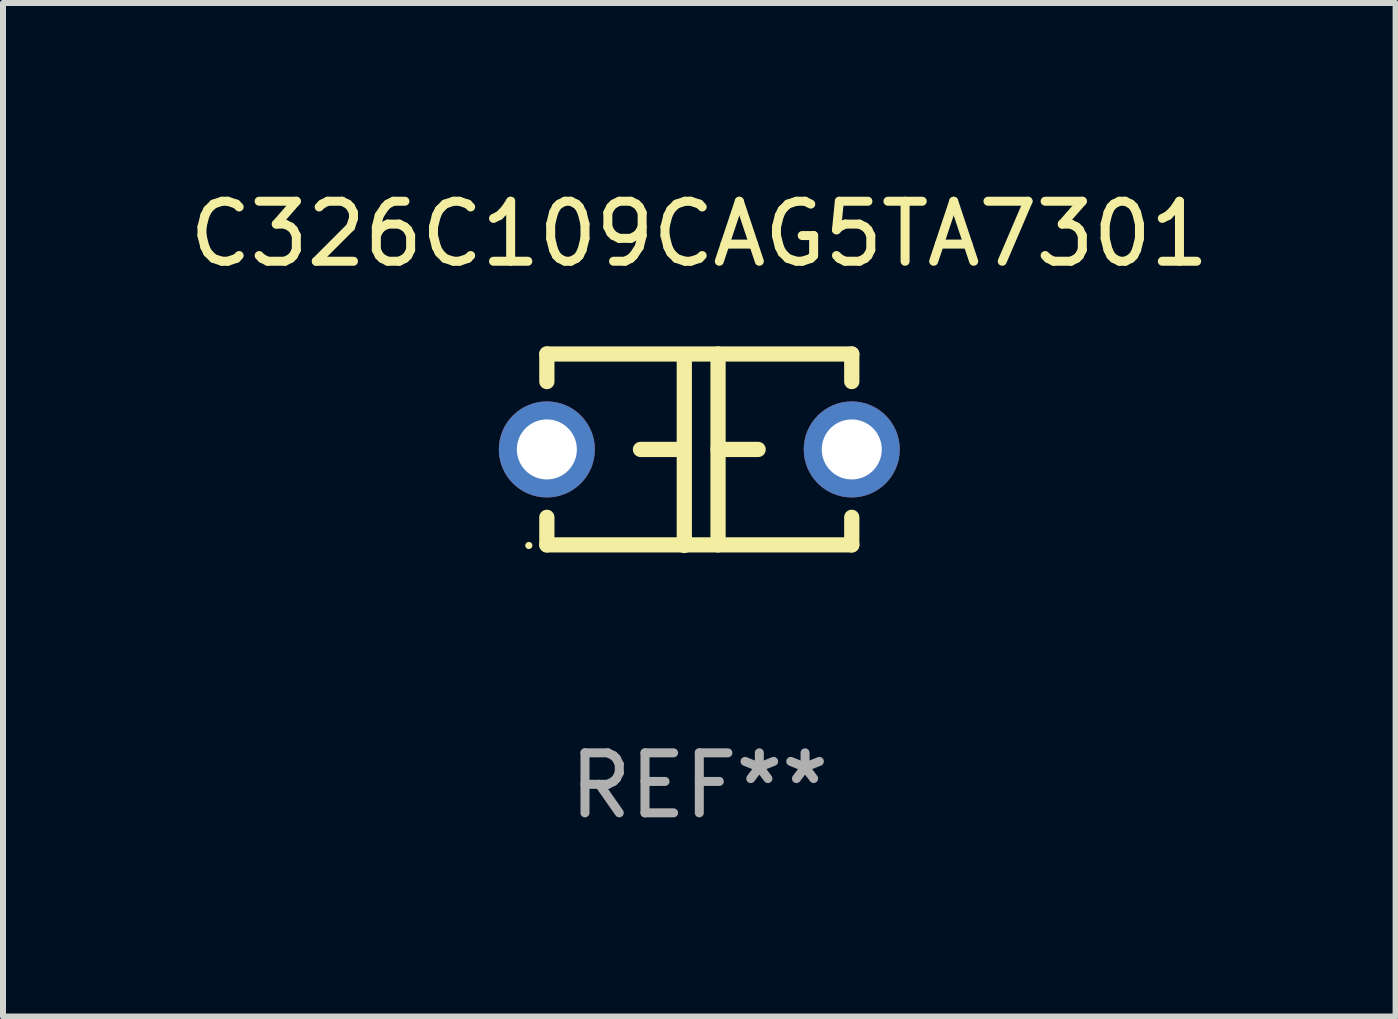
<source format=kicad_pcb>
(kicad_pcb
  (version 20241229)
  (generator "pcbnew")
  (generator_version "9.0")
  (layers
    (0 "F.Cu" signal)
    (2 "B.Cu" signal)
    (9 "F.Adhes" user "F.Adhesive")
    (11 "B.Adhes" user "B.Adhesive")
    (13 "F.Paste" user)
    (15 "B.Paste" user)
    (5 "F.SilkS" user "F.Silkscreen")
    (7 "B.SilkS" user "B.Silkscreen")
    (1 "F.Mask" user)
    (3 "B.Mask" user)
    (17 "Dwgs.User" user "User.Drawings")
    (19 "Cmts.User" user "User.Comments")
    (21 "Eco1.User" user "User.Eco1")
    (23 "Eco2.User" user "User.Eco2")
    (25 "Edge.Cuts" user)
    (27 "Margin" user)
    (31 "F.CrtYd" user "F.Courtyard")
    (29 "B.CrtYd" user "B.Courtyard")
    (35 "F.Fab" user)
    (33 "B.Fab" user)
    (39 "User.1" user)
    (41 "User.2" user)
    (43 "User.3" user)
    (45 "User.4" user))
  (footprint "C326C109CAG5TA7301"
    (layer "F.Cu")
    (at 8.601 4.443)
    (property "Reference" "C326C109CAG5TA7301" (at 0 -3.595 0) (layer "F.SilkS") (effects (font (size 1 1) (thickness 0.15))))
    (attr through_hole)
    (fp_line (start -2.54 -1.595) (end -2.54 -1.136) (stroke (width 0.254) (type solid)) (layer "F.SilkS"))
    (fp_line (start -2.54 -1.595) (end 2.54 -1.595) (stroke (width 0.254) (type solid)) (layer "F.SilkS"))
    (fp_line (start -2.54 1.126) (end -2.54 1.585) (stroke (width 0.254) (type solid)) (layer "F.SilkS"))
    (fp_line (start -0.312 -0.005) (end -0.98 -0.005) (stroke (width 0.254) (type solid)) (layer "F.SilkS"))
    (fp_line (start -0.25 -1.585) (end -0.25 1.595) (stroke (width 0.254) (type solid)) (layer "F.SilkS"))
    (fp_line (start 0.312 -1.595) (end 0.312 1.585) (stroke (width 0.254) (type solid)) (layer "F.SilkS"))
    (fp_line (start 0.312 -0.005) (end 0.98 -0.005) (stroke (width 0.254) (type solid)) (layer "F.SilkS"))
    (fp_line (start 2.54 -1.595) (end 2.54 -1.136) (stroke (width 0.254) (type solid)) (layer "F.SilkS"))
    (fp_line (start 2.54 1.126) (end 2.54 1.585) (stroke (width 0.254) (type solid)) (layer "F.SilkS"))
    (fp_line (start 2.54 1.585) (end -2.54 1.585) (stroke (width 0.254) (type solid)) (layer "F.SilkS"))
    (fp_circle (center -2.84 1.595) (end -2.81 1.595) (stroke (width 0.06) (type solid)) (fill no) (layer "F.SilkS"))
    (fp_text user "REF**" (at 0 5.595 0) (layer "F.Fab") (effects (font (size 1 1) (thickness 0.15))))
    (pad "1" thru_hole circle (at -2.54 -0.005) (size 1.6 1.6) (drill 1) (layers "*.Cu" "*.Mask"))
    (pad "2" thru_hole circle (at 2.54 -0.005) (size 1.6 1.6) (drill 1) (layers "*.Cu" "*.Mask")))
  (gr_rect
    (start -3 -3)
    (end 20.202 13.886)
    (stroke (width 0.1) (type default))
    (fill no)
    (layer "Edge.Cuts")))
</source>
